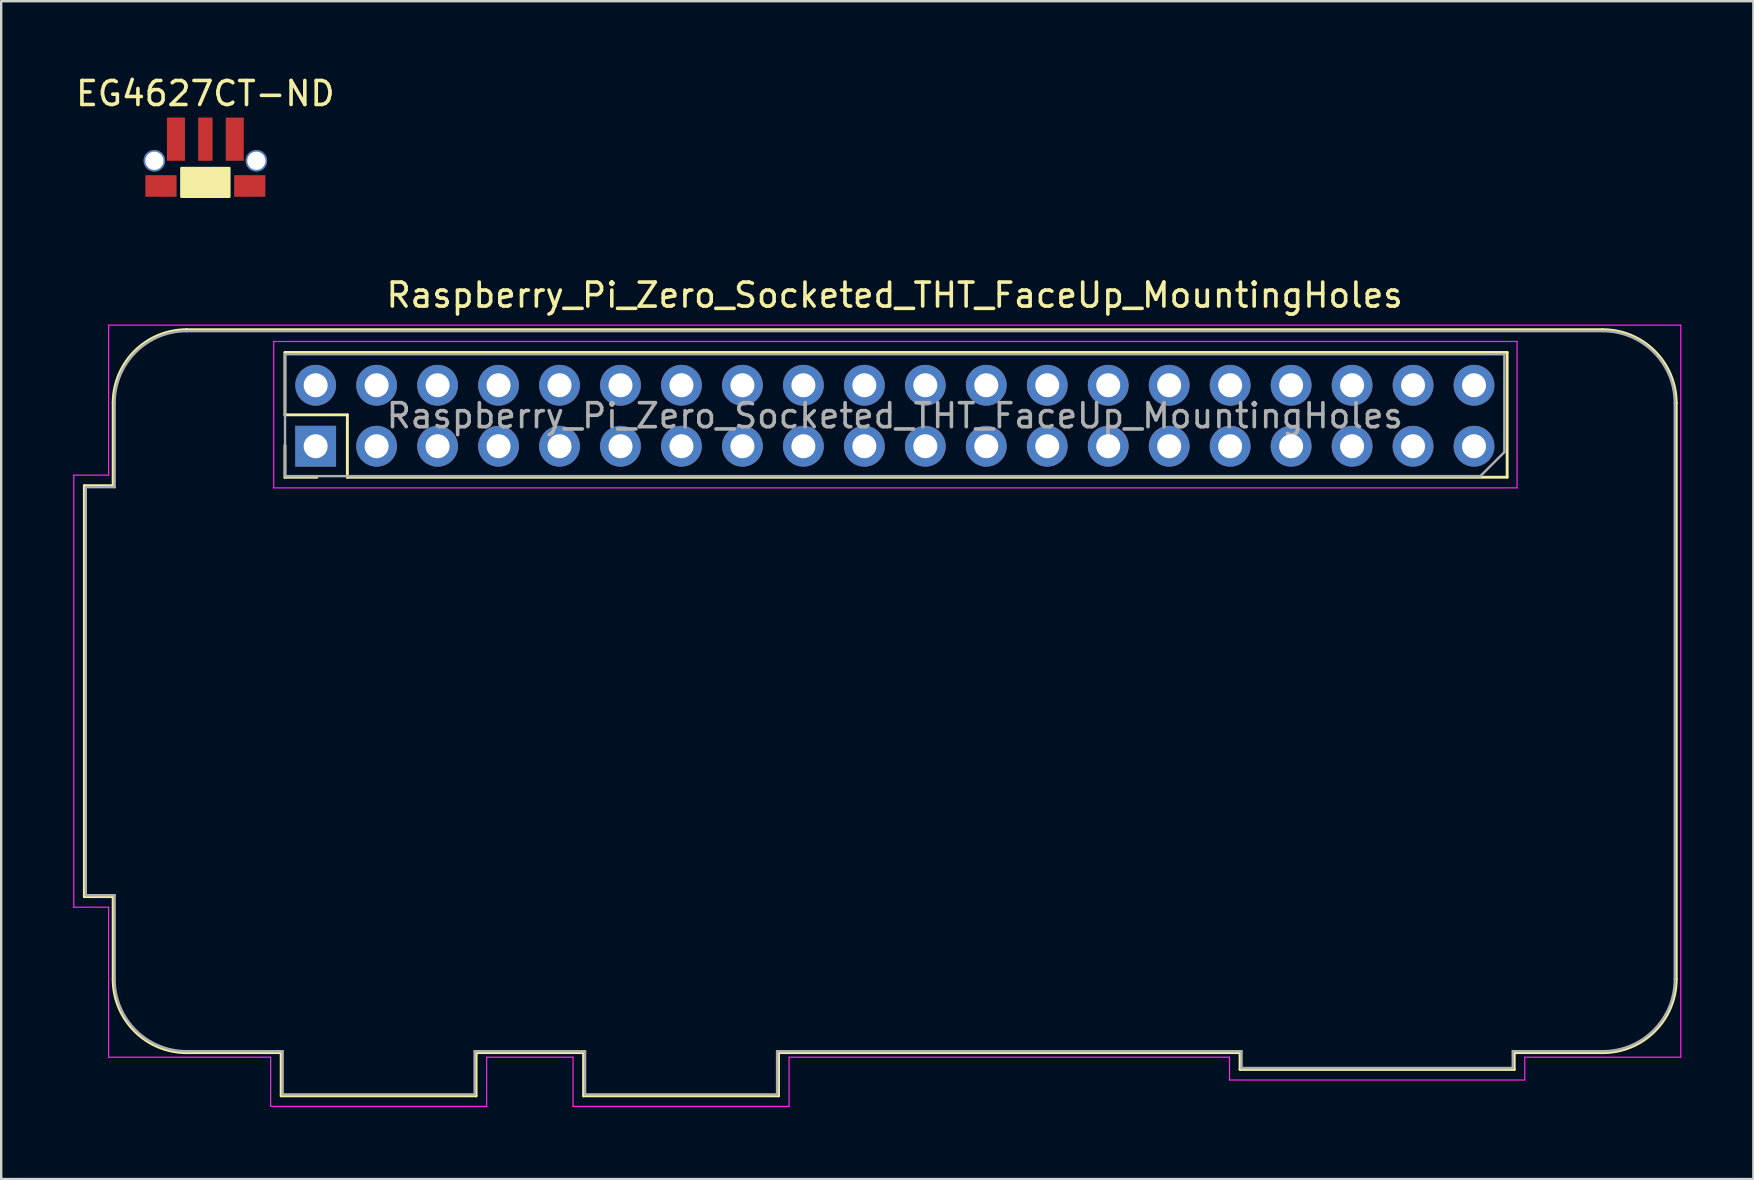
<source format=kicad_pcb>
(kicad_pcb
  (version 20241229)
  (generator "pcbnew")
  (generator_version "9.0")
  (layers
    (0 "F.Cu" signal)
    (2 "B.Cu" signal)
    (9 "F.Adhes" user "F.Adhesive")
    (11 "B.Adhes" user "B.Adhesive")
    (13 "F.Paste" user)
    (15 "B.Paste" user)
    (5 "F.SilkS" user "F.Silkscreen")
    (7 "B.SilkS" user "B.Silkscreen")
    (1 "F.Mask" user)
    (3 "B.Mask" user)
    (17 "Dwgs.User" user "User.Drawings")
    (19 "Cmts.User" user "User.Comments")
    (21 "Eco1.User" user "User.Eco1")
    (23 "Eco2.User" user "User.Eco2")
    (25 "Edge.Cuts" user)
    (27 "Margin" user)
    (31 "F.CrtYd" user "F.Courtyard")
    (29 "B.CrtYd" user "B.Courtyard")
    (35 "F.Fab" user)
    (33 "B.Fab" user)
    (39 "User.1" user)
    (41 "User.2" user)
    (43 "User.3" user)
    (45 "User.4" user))
  (footprint "Raspberry_Pi_Zero_Socketed_THT_FaceUp_MountingHoles"
    (layer "F.Cu")
    (at 34.228 14.277)
    (property "Reference" "Raspberry_Pi_Zero_Socketed_THT_FaceUp_MountingHoles" (at -0.003 -5.031 0) (layer "F.SilkS") (effects (font (size 1 1) (thickness 0.15))))
    (attr through_hole)
    (fp_line (start -33.763 2.909) (end -33.763 20.029) (stroke (width 0.12) (type solid)) (layer "F.SilkS"))
    (fp_line (start -33.763 20.029) (end -32.563 20.029) (stroke (width 0.12) (type solid)) (layer "F.SilkS"))
    (fp_line (start -32.563 2.909) (end -33.763 2.909) (stroke (width 0.12) (type solid)) (layer "F.SilkS"))
    (fp_line (start -32.563 2.909) (end -32.563 -0.531) (stroke (width 0.12) (type solid)) (layer "F.SilkS"))
    (fp_line (start -32.563 20.029) (end -32.563 23.469) (stroke (width 0.12) (type solid)) (layer "F.SilkS"))
    (fp_line (start -29.503 -3.591) (end 29.497 -3.591) (stroke (width 0.12) (type solid)) (layer "F.SilkS"))
    (fp_line (start -29.503 26.529) (end -25.563 26.529) (stroke (width 0.12) (type solid)) (layer "F.SilkS"))
    (fp_line (start -25.563 26.529) (end -25.563 28.329) (stroke (width 0.12) (type solid)) (layer "F.SilkS"))
    (fp_line (start -25.563 28.329) (end -17.443 28.329) (stroke (width 0.12) (type solid)) (layer "F.SilkS"))
    (fp_line (start -25.406 -2.644) (end -25.406 -0.044) (stroke (width 0.12) (type solid)) (layer "F.SilkS"))
    (fp_line (start -25.406 -2.644) (end 25.514 -2.644) (stroke (width 0.12) (type solid)) (layer "F.SilkS"))
    (fp_line (start -25.406 -0.044) (end -22.806 -0.044) (stroke (width 0.12) (type solid)) (layer "F.SilkS"))
    (fp_line (start -25.406 1.226) (end -25.406 2.556) (stroke (width 0.12) (type solid)) (layer "F.SilkS"))
    (fp_line (start -25.406 2.556) (end -24.076 2.556) (stroke (width 0.12) (type solid)) (layer "F.SilkS"))
    (fp_line (start -22.806 -0.044) (end -22.806 2.556) (stroke (width 0.12) (type solid)) (layer "F.SilkS"))
    (fp_line (start -22.806 2.556) (end 25.514 2.556) (stroke (width 0.12) (type solid)) (layer "F.SilkS"))
    (fp_line (start -17.443 26.529) (end -12.963 26.529) (stroke (width 0.12) (type solid)) (layer "F.SilkS"))
    (fp_line (start -17.443 28.329) (end -17.443 26.529) (stroke (width 0.12) (type solid)) (layer "F.SilkS"))
    (fp_line (start -12.963 26.529) (end -12.963 28.329) (stroke (width 0.12) (type solid)) (layer "F.SilkS"))
    (fp_line (start -12.963 28.329) (end -4.843 28.329) (stroke (width 0.12) (type solid)) (layer "F.SilkS"))
    (fp_line (start -4.843 26.529) (end 14.387 26.529) (stroke (width 0.12) (type solid)) (layer "F.SilkS"))
    (fp_line (start -4.843 28.329) (end -4.843 26.529) (stroke (width 0.12) (type solid)) (layer "F.SilkS"))
    (fp_line (start 14.387 26.529) (end 14.387 27.229) (stroke (width 0.12) (type solid)) (layer "F.SilkS"))
    (fp_line (start 14.387 27.229) (end 25.807 27.229) (stroke (width 0.12) (type solid)) (layer "F.SilkS"))
    (fp_line (start 25.514 -2.644) (end 25.514 2.556) (stroke (width 0.12) (type solid)) (layer "F.SilkS"))
    (fp_line (start 25.807 26.529) (end 29.497 26.529) (stroke (width 0.12) (type solid)) (layer "F.SilkS"))
    (fp_line (start 25.807 27.229) (end 25.807 26.529) (stroke (width 0.12) (type solid)) (layer "F.SilkS"))
    (fp_line (start 32.557 -0.531) (end 32.557 23.469) (stroke (width 0.12) (type solid)) (layer "F.SilkS"))
    (fp_arc (start -32.563 -0.531) (mid -31.666747 -2.694747) (end -29.503 -3.591) (stroke (width 0.12) (type solid)) (layer "F.SilkS"))
    (fp_arc (start -29.503 26.529) (mid -31.666747 25.632747) (end -32.563 23.469) (stroke (width 0.12) (type solid)) (layer "F.SilkS"))
    (fp_arc (start 29.497 -3.591) (mid 31.660747 -2.694747) (end 32.557 -0.531) (stroke (width 0.12) (type solid)) (layer "F.SilkS"))
    (fp_arc (start 32.557 23.469) (mid 31.660747 25.632747) (end 29.497 26.529) (stroke (width 0.12) (type solid)) (layer "F.SilkS"))
    (fp_line (start -34.203 2.469) (end -32.753 2.469) (stroke (width 0.05) (type solid)) (layer "F.CrtYd"))
    (fp_line (start -34.203 20.469) (end -34.203 2.469) (stroke (width 0.05) (type solid)) (layer "F.CrtYd"))
    (fp_line (start -34.203 20.469) (end -32.753 20.469) (stroke (width 0.05) (type solid)) (layer "F.CrtYd"))
    (fp_line (start -32.753 -3.781) (end -32.753 2.469) (stroke (width 0.05) (type solid)) (layer "F.CrtYd"))
    (fp_line (start -32.753 -3.781) (end 32.747 -3.781) (stroke (width 0.05) (type solid)) (layer "F.CrtYd"))
    (fp_line (start -32.753 20.469) (end -32.753 26.719) (stroke (width 0.05) (type solid)) (layer "F.CrtYd"))
    (fp_line (start -26.003 26.719) (end -32.753 26.719) (stroke (width 0.05) (type solid)) (layer "F.CrtYd"))
    (fp_line (start -26.003 28.769) (end -26.003 26.719) (stroke (width 0.05) (type solid)) (layer "F.CrtYd"))
    (fp_line (start -26.003 28.769) (end -17.003 28.769) (stroke (width 0.05) (type solid)) (layer "F.CrtYd"))
    (fp_line (start -25.873 -3.101) (end 25.927 -3.101) (stroke (width 0.05) (type solid)) (layer "F.CrtYd"))
    (fp_line (start -25.873 2.999) (end -25.873 -3.101) (stroke (width 0.05) (type solid)) (layer "F.CrtYd"))
    (fp_line (start -17.003 28.769) (end -17.003 26.719) (stroke (width 0.05) (type solid)) (layer "F.CrtYd"))
    (fp_line (start -13.403 26.719) (end -17.003 26.719) (stroke (width 0.05) (type solid)) (layer "F.CrtYd"))
    (fp_line (start -13.403 28.769) (end -13.403 26.719) (stroke (width 0.05) (type solid)) (layer "F.CrtYd"))
    (fp_line (start -13.403 28.769) (end -4.403 28.769) (stroke (width 0.05) (type solid)) (layer "F.CrtYd"))
    (fp_line (start -4.403 26.719) (end 13.947 26.719) (stroke (width 0.05) (type solid)) (layer "F.CrtYd"))
    (fp_line (start -4.403 28.769) (end -4.403 26.719) (stroke (width 0.05) (type solid)) (layer "F.CrtYd"))
    (fp_line (start 13.947 27.669) (end 13.947 26.719) (stroke (width 0.05) (type solid)) (layer "F.CrtYd"))
    (fp_line (start 25.927 -3.101) (end 25.927 2.999) (stroke (width 0.05) (type solid)) (layer "F.CrtYd"))
    (fp_line (start 25.927 2.999) (end -25.873 2.999) (stroke (width 0.05) (type solid)) (layer "F.CrtYd"))
    (fp_line (start 26.247 26.719) (end 32.747 26.719) (stroke (width 0.05) (type solid)) (layer "F.CrtYd"))
    (fp_line (start 26.247 27.669) (end 13.947 27.669) (stroke (width 0.05) (type solid)) (layer "F.CrtYd"))
    (fp_line (start 26.247 27.669) (end 26.247 26.719) (stroke (width 0.05) (type solid)) (layer "F.CrtYd"))
    (fp_line (start 32.747 -3.781) (end 32.747 26.719) (stroke (width 0.05) (type solid)) (layer "F.CrtYd"))
    (fp_line (start -33.703 2.969) (end -33.703 19.969) (stroke (width 0.1) (type solid)) (layer "F.Fab"))
    (fp_line (start -32.503 -0.531) (end -32.503 2.969) (stroke (width 0.1) (type solid)) (layer "F.Fab"))
    (fp_line (start -32.503 2.969) (end -33.703 2.969) (stroke (width 0.1) (type solid)) (layer "F.Fab"))
    (fp_line (start -32.503 19.969) (end -33.703 19.969) (stroke (width 0.1) (type solid)) (layer "F.Fab"))
    (fp_line (start -32.503 23.469) (end -32.503 19.969) (stroke (width 0.1) (type solid)) (layer "F.Fab"))
    (fp_line (start -29.503 -3.531) (end 29.497 -3.531) (stroke (width 0.1) (type solid)) (layer "F.Fab"))
    (fp_line (start -25.503 26.469) (end -29.503 26.469) (stroke (width 0.1) (type solid)) (layer "F.Fab"))
    (fp_line (start -25.503 26.469) (end -25.503 28.269) (stroke (width 0.1) (type solid)) (layer "F.Fab"))
    (fp_line (start -25.503 28.269) (end -17.503 28.269) (stroke (width 0.1) (type solid)) (layer "F.Fab"))
    (fp_line (start -25.403 -2.571) (end 25.397 -2.571) (stroke (width 0.1) (type solid)) (layer "F.Fab"))
    (fp_line (start -25.403 2.509) (end -25.403 -2.571) (stroke (width 0.1) (type solid)) (layer "F.Fab"))
    (fp_line (start -17.503 26.469) (end -12.903 26.469) (stroke (width 0.1) (type solid)) (layer "F.Fab"))
    (fp_line (start -17.503 28.269) (end -17.503 26.469) (stroke (width 0.1) (type solid)) (layer "F.Fab"))
    (fp_line (start -12.903 26.469) (end -12.903 28.269) (stroke (width 0.1) (type solid)) (layer "F.Fab"))
    (fp_line (start -12.903 28.269) (end -4.903 28.269) (stroke (width 0.1) (type solid)) (layer "F.Fab"))
    (fp_line (start -4.903 26.469) (end 14.447 26.469) (stroke (width 0.1) (type solid)) (layer "F.Fab"))
    (fp_line (start -4.903 28.269) (end -4.903 26.469) (stroke (width 0.1) (type solid)) (layer "F.Fab"))
    (fp_line (start 14.447 26.469) (end 14.447 27.169) (stroke (width 0.1) (type solid)) (layer "F.Fab"))
    (fp_line (start 14.447 27.169) (end 25.747 27.169) (stroke (width 0.1) (type solid)) (layer "F.Fab"))
    (fp_line (start 24.397 2.509) (end -25.403 2.509) (stroke (width 0.1) (type solid)) (layer "F.Fab"))
    (fp_line (start 25.397 -2.571) (end 25.397 1.509) (stroke (width 0.1) (type solid)) (layer "F.Fab"))
    (fp_line (start 25.397 1.509) (end 24.397 2.509) (stroke (width 0.1) (type solid)) (layer "F.Fab"))
    (fp_line (start 25.747 26.469) (end 25.747 27.169) (stroke (width 0.1) (type solid)) (layer "F.Fab"))
    (fp_line (start 25.747 26.469) (end 29.497 26.469) (stroke (width 0.1) (type solid)) (layer "F.Fab"))
    (fp_line (start 32.497 -0.531) (end 32.497 23.469) (stroke (width 0.1) (type solid)) (layer "F.Fab"))
    (fp_arc (start -32.503 -0.531) (mid -31.62432 -2.65232) (end -29.503 -3.531) (stroke (width 0.1) (type solid)) (layer "F.Fab"))
    (fp_arc (start -29.503 26.469) (mid -31.62432 25.59032) (end -32.503 23.469) (stroke (width 0.1) (type solid)) (layer "F.Fab"))
    (fp_arc (start 29.497 -3.531) (mid 31.61832 -2.65232) (end 32.497 -0.531) (stroke (width 0.1) (type solid)) (layer "F.Fab"))
    (fp_arc (start 32.497 23.469) (mid 31.61832 25.59032) (end 29.497 26.469) (stroke (width 0.1) (type solid)) (layer "F.Fab"))
    (fp_text user "${REFERENCE}" (at 0.003 -0.006 0) (layer "F.Fab") (effects (font (size 1 1) (thickness 0.15))))
    (pad "1" thru_hole rect (at -24.127 1.264 90) (size 1.7 1.7) (drill 1) (layers "*.Cu" "*.Mask"))
    (pad "2" thru_hole oval (at -24.127 -1.276 90) (size 1.7 1.7) (drill 1) (layers "*.Cu" "*.Mask"))
    (pad "3" thru_hole oval (at -21.587 1.264 90) (size 1.7 1.7) (drill 1) (layers "*.Cu" "*.Mask"))
    (pad "4" thru_hole oval (at -21.587 -1.276 90) (size 1.7 1.7) (drill 1) (layers "*.Cu" "*.Mask"))
    (pad "5" thru_hole oval (at -19.047 1.264 90) (size 1.7 1.7) (drill 1) (layers "*.Cu" "*.Mask"))
    (pad "6" thru_hole oval (at -19.047 -1.276 90) (size 1.7 1.7) (drill 1) (layers "*.Cu" "*.Mask"))
    (pad "7" thru_hole oval (at -16.507 1.264 90) (size 1.7 1.7) (drill 1) (layers "*.Cu" "*.Mask"))
    (pad "8" thru_hole oval (at -16.507 -1.276 90) (size 1.7 1.7) (drill 1) (layers "*.Cu" "*.Mask"))
    (pad "9" thru_hole oval (at -13.967 1.264 90) (size 1.7 1.7) (drill 1) (layers "*.Cu" "*.Mask"))
    (pad "10" thru_hole oval (at -13.967 -1.276 90) (size 1.7 1.7) (drill 1) (layers "*.Cu" "*.Mask"))
    (pad "11" thru_hole oval (at -11.427 1.264 90) (size 1.7 1.7) (drill 1) (layers "*.Cu" "*.Mask"))
    (pad "12" thru_hole oval (at -11.427 -1.276 90) (size 1.7 1.7) (drill 1) (layers "*.Cu" "*.Mask"))
    (pad "13" thru_hole oval (at -8.887 1.264 90) (size 1.7 1.7) (drill 1) (layers "*.Cu" "*.Mask"))
    (pad "14" thru_hole oval (at -8.887 -1.276 90) (size 1.7 1.7) (drill 1) (layers "*.Cu" "*.Mask"))
    (pad "15" thru_hole oval (at -6.347 1.264 90) (size 1.7 1.7) (drill 1) (layers "*.Cu" "*.Mask"))
    (pad "16" thru_hole oval (at -6.347 -1.276 90) (size 1.7 1.7) (drill 1) (layers "*.Cu" "*.Mask"))
    (pad "17" thru_hole oval (at -3.807 1.264 90) (size 1.7 1.7) (drill 1) (layers "*.Cu" "*.Mask"))
    (pad "18" thru_hole oval (at -3.807 -1.276 90) (size 1.7 1.7) (drill 1) (layers "*.Cu" "*.Mask"))
    (pad "19" thru_hole oval (at -1.267 1.264 90) (size 1.7 1.7) (drill 1) (layers "*.Cu" "*.Mask"))
    (pad "20" thru_hole oval (at -1.267 -1.276 90) (size 1.7 1.7) (drill 1) (layers "*.Cu" "*.Mask"))
    (pad "21" thru_hole oval (at 1.273 1.264 90) (size 1.7 1.7) (drill 1) (layers "*.Cu" "*.Mask"))
    (pad "22" thru_hole oval (at 1.273 -1.276 90) (size 1.7 1.7) (drill 1) (layers "*.Cu" "*.Mask"))
    (pad "23" thru_hole oval (at 3.813 1.264 90) (size 1.7 1.7) (drill 1) (layers "*.Cu" "*.Mask"))
    (pad "24" thru_hole oval (at 3.813 -1.276 90) (size 1.7 1.7) (drill 1) (layers "*.Cu" "*.Mask"))
    (pad "25" thru_hole oval (at 6.353 1.264 90) (size 1.7 1.7) (drill 1) (layers "*.Cu" "*.Mask"))
    (pad "26" thru_hole oval (at 6.353 -1.276 90) (size 1.7 1.7) (drill 1) (layers "*.Cu" "*.Mask"))
    (pad "27" thru_hole oval (at 8.893 1.264 90) (size 1.7 1.7) (drill 1) (layers "*.Cu" "*.Mask"))
    (pad "28" thru_hole oval (at 8.893 -1.276 90) (size 1.7 1.7) (drill 1) (layers "*.Cu" "*.Mask"))
    (pad "29" thru_hole oval (at 11.433 1.264 90) (size 1.7 1.7) (drill 1) (layers "*.Cu" "*.Mask"))
    (pad "30" thru_hole oval (at 11.433 -1.276 90) (size 1.7 1.7) (drill 1) (layers "*.Cu" "*.Mask"))
    (pad "31" thru_hole oval (at 13.973 1.264 90) (size 1.7 1.7) (drill 1) (layers "*.Cu" "*.Mask"))
    (pad "32" thru_hole oval (at 13.973 -1.276 90) (size 1.7 1.7) (drill 1) (layers "*.Cu" "*.Mask"))
    (pad "33" thru_hole oval (at 16.513 1.264 90) (size 1.7 1.7) (drill 1) (layers "*.Cu" "*.Mask"))
    (pad "34" thru_hole oval (at 16.513 -1.276 90) (size 1.7 1.7) (drill 1) (layers "*.Cu" "*.Mask"))
    (pad "35" thru_hole oval (at 19.053 1.264 90) (size 1.7 1.7) (drill 1) (layers "*.Cu" "*.Mask"))
    (pad "36" thru_hole oval (at 19.053 -1.276 90) (size 1.7 1.7) (drill 1) (layers "*.Cu" "*.Mask"))
    (pad "37" thru_hole oval (at 21.593 1.264 90) (size 1.7 1.7) (drill 1) (layers "*.Cu" "*.Mask"))
    (pad "38" thru_hole oval (at 21.593 -1.276 90) (size 1.7 1.7) (drill 1) (layers "*.Cu" "*.Mask"))
    (pad "39" thru_hole oval (at 24.133 1.264 90) (size 1.7 1.7) (drill 1) (layers "*.Cu" "*.Mask"))
    (pad "40" thru_hole oval (at 24.133 -1.276 90) (size 1.7 1.7) (drill 1) (layers "*.Cu" "*.Mask")))
  (footprint "EG4627CT-ND"
    (layer "F.Cu")
    (at 5.506 5.148)
    (property "Reference" "EG4627CT-ND" (at 0 -4.3 0) (layer "F.SilkS") (effects (font (size 1 1) (thickness 0.15))))
    (attr through_hole)
    (fp_poly (pts (xy 1 0) (xy -1 0) (xy -1 -1.2) (xy 1 -1.2)) (stroke (width 0.1) (type solid)) (fill yes) (layer "F.SilkS"))
    (pad "" np_thru_hole circle (at -2.125 -1.5) (size 0.9 0.9) (drill 0.762) (layers "*.Cu" "*.Mask"))
    (pad "" smd rect (at -1.85 -0.45) (size 1.3 0.9) (layers "F.Cu" "F.Mask" "F.Paste"))
    (pad "" smd rect (at 1.85 -0.45) (size 1.3 0.9) (layers "F.Cu" "F.Mask" "F.Paste"))
    (pad "" np_thru_hole circle (at 2.125 -1.5) (size 0.9 0.9) (drill 0.762) (layers "*.Cu" "*.Mask"))
    (pad "1" smd rect (at -1.225 -2.4) (size 0.75 1.8) (layers "F.Cu" "F.Mask" "F.Paste"))
    (pad "2" smd rect (at 0 -2.4) (size 0.6 1.8) (layers "F.Cu" "F.Mask" "F.Paste"))
    (pad "3" smd rect (at 1.225 -2.4) (size 0.75 1.8) (layers "F.Cu" "F.Mask" "F.Paste")))
  (gr_rect
    (start -3 -3)
    (end 70 46.072)
    (stroke (width 0.1) (type default))
    (fill no)
    (layer "Edge.Cuts")))
</source>
